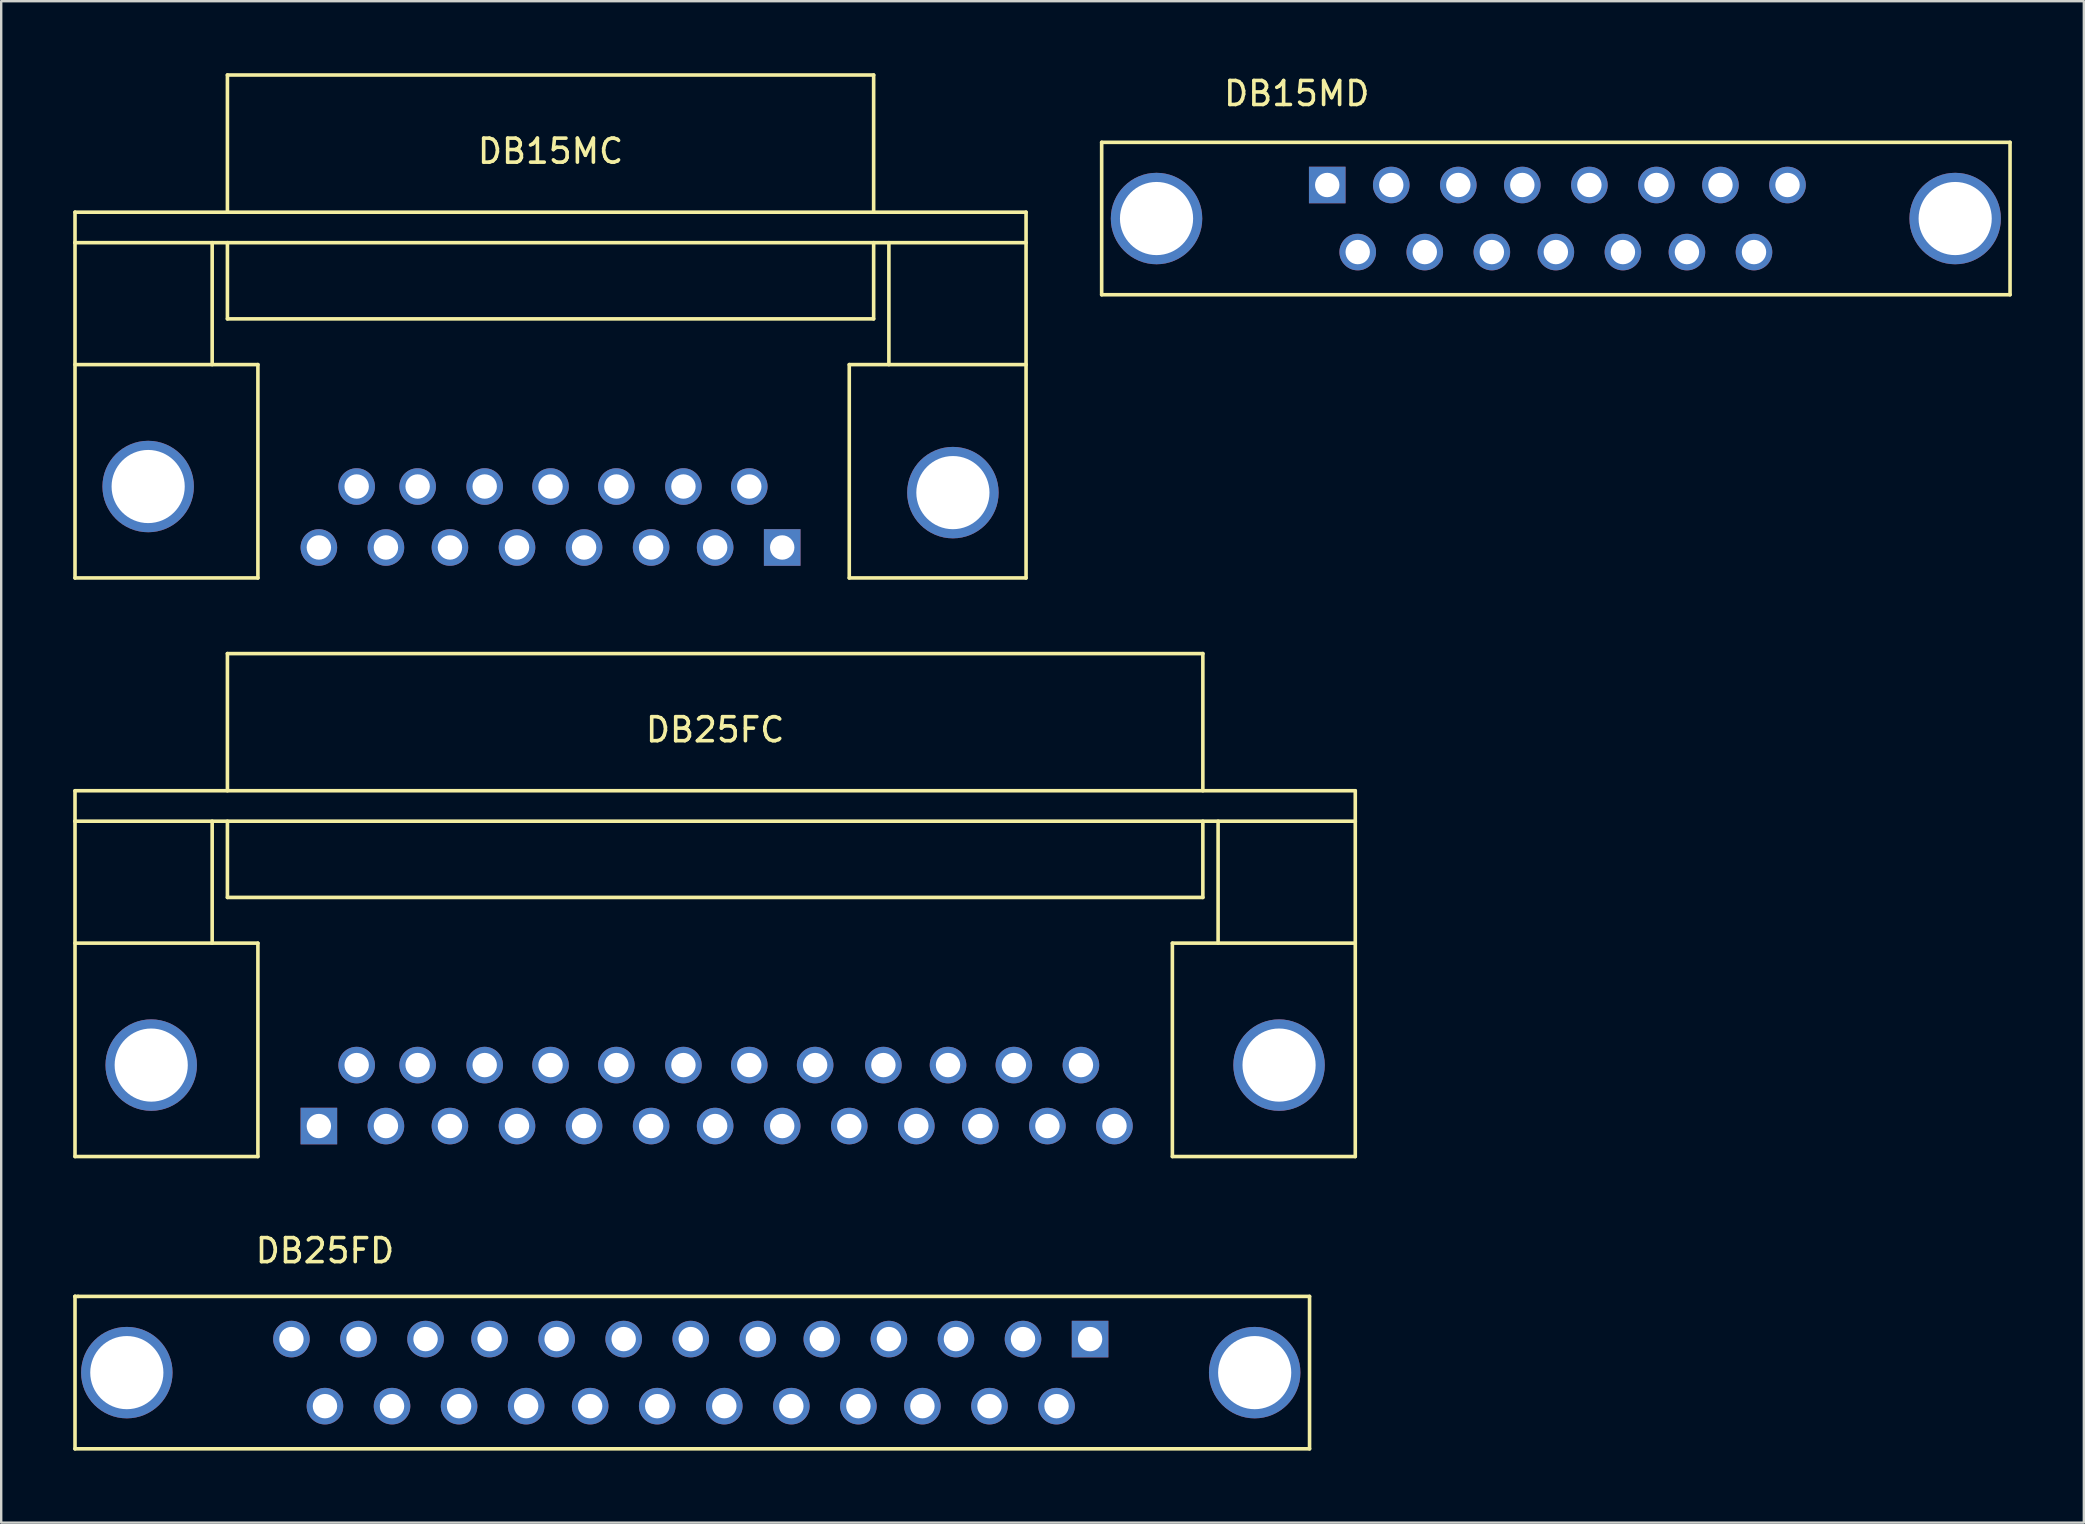
<source format=kicad_pcb>
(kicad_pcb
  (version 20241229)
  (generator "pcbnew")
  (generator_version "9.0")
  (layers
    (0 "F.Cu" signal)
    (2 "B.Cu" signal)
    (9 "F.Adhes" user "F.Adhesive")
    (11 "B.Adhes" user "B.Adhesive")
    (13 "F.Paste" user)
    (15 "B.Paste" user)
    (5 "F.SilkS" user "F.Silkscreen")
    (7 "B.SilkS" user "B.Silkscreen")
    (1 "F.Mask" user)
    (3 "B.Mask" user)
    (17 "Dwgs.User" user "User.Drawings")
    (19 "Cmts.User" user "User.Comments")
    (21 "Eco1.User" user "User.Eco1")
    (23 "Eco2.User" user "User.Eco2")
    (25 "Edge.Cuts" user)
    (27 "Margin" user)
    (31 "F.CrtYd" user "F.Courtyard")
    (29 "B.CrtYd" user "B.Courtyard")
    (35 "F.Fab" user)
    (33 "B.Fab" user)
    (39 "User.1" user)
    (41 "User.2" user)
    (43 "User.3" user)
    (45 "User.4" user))
  (footprint "DB15MD"
    (layer "F.Cu")
    (at 62.407 5.928)
    (property "Reference" "DB15MD" (at -11.43 -5.08 180) (layer "F.SilkS") (effects (font (size 1 1) (thickness 0.15))))
    (attr through_hole)
    (fp_line (start -19.558 -3.048) (end -19.558 3.302) (stroke (width 0.15) (type solid)) (layer "F.SilkS"))
    (fp_line (start -19.558 3.302) (end 18.288 3.302) (stroke (width 0.15) (type solid)) (layer "F.SilkS"))
    (fp_line (start 18.288 -3.048) (end -19.558 -3.048) (stroke (width 0.15) (type solid)) (layer "F.SilkS"))
    (fp_line (start 18.288 3.302) (end 18.288 -3.048) (stroke (width 0.15) (type solid)) (layer "F.SilkS"))
    (pad "0" thru_hole circle (at -17.272 0.127) (size 3.81 3.81) (drill 3.048) (layers "*.Cu" "*.Mask"))
    (pad "0" thru_hole circle (at 16.002 0.127) (size 3.81 3.81) (drill 3.048) (layers "*.Cu" "*.Mask"))
    (pad "1" thru_hole rect (at -10.16 -1.27) (size 1.524 1.524) (drill 1.016) (layers "*.Cu" "*.Mask"))
    (pad "2" thru_hole circle (at -7.493 -1.27) (size 1.524 1.524) (drill 1.016) (layers "*.Cu" "*.Mask"))
    (pad "3" thru_hole circle (at -4.699 -1.27) (size 1.524 1.524) (drill 1.016) (layers "*.Cu" "*.Mask"))
    (pad "4" thru_hole circle (at -2.032 -1.27) (size 1.524 1.524) (drill 1.016) (layers "*.Cu" "*.Mask"))
    (pad "5" thru_hole circle (at 0.762 -1.27) (size 1.524 1.524) (drill 1.016) (layers "*.Cu" "*.Mask"))
    (pad "6" thru_hole circle (at 3.556 -1.27) (size 1.524 1.524) (drill 1.016) (layers "*.Cu" "*.Mask"))
    (pad "7" thru_hole circle (at 6.223 -1.27) (size 1.524 1.524) (drill 1.016) (layers "*.Cu" "*.Mask"))
    (pad "8" thru_hole circle (at 9.017 -1.27) (size 1.524 1.524) (drill 1.016) (layers "*.Cu" "*.Mask"))
    (pad "9" thru_hole circle (at -8.89 1.524) (size 1.524 1.524) (drill 1.016) (layers "*.Cu" "*.Mask"))
    (pad "10" thru_hole circle (at -6.096 1.524) (size 1.524 1.524) (drill 1.016) (layers "*.Cu" "*.Mask"))
    (pad "11" thru_hole circle (at -3.302 1.524) (size 1.524 1.524) (drill 1.016) (layers "*.Cu" "*.Mask"))
    (pad "12" thru_hole circle (at -0.635 1.524) (size 1.524 1.524) (drill 1.016) (layers "*.Cu" "*.Mask"))
    (pad "13" thru_hole circle (at 2.159 1.524) (size 1.524 1.524) (drill 1.016) (layers "*.Cu" "*.Mask"))
    (pad "14" thru_hole circle (at 4.826 1.524) (size 1.524 1.524) (drill 1.016) (layers "*.Cu" "*.Mask"))
    (pad "15" thru_hole circle (at 7.62 1.524) (size 1.524 1.524) (drill 1.016) (layers "*.Cu" "*.Mask")))
  (footprint "DB25FC"
    (layer "F.Cu")
    (at 26.745 42.595)
    (property "Reference" "DB25FC" (at 0 -15.24 0) (layer "F.SilkS") (effects (font (size 1 1) (thickness 0.15))))
    (attr through_hole)
    (fp_line (start -26.67 -12.7) (end -26.67 -11.43) (stroke (width 0.15) (type solid)) (layer "F.SilkS"))
    (fp_line (start -26.67 -11.43) (end 26.67 -11.43) (stroke (width 0.15) (type solid)) (layer "F.SilkS"))
    (fp_line (start -26.67 -6.35) (end -19.05 -6.35) (stroke (width 0.15) (type solid)) (layer "F.SilkS"))
    (fp_line (start -26.67 2.54) (end -26.67 -11.43) (stroke (width 0.15) (type solid)) (layer "F.SilkS"))
    (fp_line (start -26.67 2.54) (end -19.05 2.54) (stroke (width 0.15) (type solid)) (layer "F.SilkS"))
    (fp_line (start -20.955 -11.43) (end -20.955 -6.35) (stroke (width 0.15) (type solid)) (layer "F.SilkS"))
    (fp_line (start -20.32 -18.415) (end -20.32 -12.7) (stroke (width 0.15) (type solid)) (layer "F.SilkS"))
    (fp_line (start -20.32 -18.415) (end 20.32 -18.415) (stroke (width 0.15) (type solid)) (layer "F.SilkS"))
    (fp_line (start -20.32 -8.255) (end -20.32 -11.43) (stroke (width 0.15) (type solid)) (layer "F.SilkS"))
    (fp_line (start -20.32 -8.255) (end 20.32 -8.255) (stroke (width 0.15) (type solid)) (layer "F.SilkS"))
    (fp_line (start -19.05 -6.35) (end -19.05 2.54) (stroke (width 0.15) (type solid)) (layer "F.SilkS"))
    (fp_line (start 19.05 -6.35) (end 19.05 2.54) (stroke (width 0.15) (type solid)) (layer "F.SilkS"))
    (fp_line (start 19.05 2.54) (end 26.67 2.54) (stroke (width 0.15) (type solid)) (layer "F.SilkS"))
    (fp_line (start 20.32 -18.415) (end 20.32 -12.7) (stroke (width 0.15) (type solid)) (layer "F.SilkS"))
    (fp_line (start 20.32 -8.255) (end 20.32 -11.43) (stroke (width 0.15) (type solid)) (layer "F.SilkS"))
    (fp_line (start 20.955 -11.43) (end 20.955 -6.35) (stroke (width 0.15) (type solid)) (layer "F.SilkS"))
    (fp_line (start 26.67 -12.7) (end -26.67 -12.7) (stroke (width 0.15) (type solid)) (layer "F.SilkS"))
    (fp_line (start 26.67 -11.43) (end 26.67 -12.7) (stroke (width 0.15) (type solid)) (layer "F.SilkS"))
    (fp_line (start 26.67 -11.43) (end 26.67 2.54) (stroke (width 0.15) (type solid)) (layer "F.SilkS"))
    (fp_line (start 26.67 -6.35) (end 19.05 -6.35) (stroke (width 0.15) (type solid)) (layer "F.SilkS"))
    (pad "" thru_hole circle (at -23.495 -1.27) (size 3.81 3.81) (drill 3.048) (layers "*.Cu" "*.Mask"))
    (pad "" thru_hole circle (at 23.495 -1.27) (size 3.81 3.81) (drill 3.048) (layers "*.Cu" "*.Mask"))
    (pad "1" thru_hole rect (at -16.51 1.27) (size 1.524 1.524) (drill 1.016) (layers "*.Cu" "*.Mask"))
    (pad "2" thru_hole circle (at -13.716 1.27) (size 1.524 1.524) (drill 1.016) (layers "*.Cu" "*.Mask"))
    (pad "3" thru_hole circle (at -11.049 1.27) (size 1.524 1.524) (drill 1.016) (layers "*.Cu" "*.Mask"))
    (pad "4" thru_hole circle (at -8.255 1.27) (size 1.524 1.524) (drill 1.016) (layers "*.Cu" "*.Mask"))
    (pad "5" thru_hole circle (at -5.461 1.27) (size 1.524 1.524) (drill 1.016) (layers "*.Cu" "*.Mask"))
    (pad "6" thru_hole circle (at -2.667 1.27) (size 1.524 1.524) (drill 1.016) (layers "*.Cu" "*.Mask"))
    (pad "7" thru_hole circle (at 0 1.27) (size 1.524 1.524) (drill 1.016) (layers "*.Cu" "*.Mask"))
    (pad "8" thru_hole circle (at 2.794 1.27) (size 1.524 1.524) (drill 1.016) (layers "*.Cu" "*.Mask"))
    (pad "9" thru_hole circle (at 5.588 1.27) (size 1.524 1.524) (drill 1.016) (layers "*.Cu" "*.Mask"))
    (pad "10" thru_hole circle (at 8.382 1.27) (size 1.524 1.524) (drill 1.016) (layers "*.Cu" "*.Mask"))
    (pad "11" thru_hole circle (at 11.049 1.27) (size 1.524 1.524) (drill 1.016) (layers "*.Cu" "*.Mask"))
    (pad "12" thru_hole circle (at 13.843 1.27) (size 1.524 1.524) (drill 1.016) (layers "*.Cu" "*.Mask"))
    (pad "13" thru_hole circle (at 16.637 1.27) (size 1.524 1.524) (drill 1.016) (layers "*.Cu" "*.Mask"))
    (pad "14" thru_hole circle (at -14.935 -1.27) (size 1.524 1.524) (drill 1.016) (layers "*.Cu" "*.Mask"))
    (pad "15" thru_hole circle (at -12.395 -1.27) (size 1.524 1.524) (drill 1.016) (layers "*.Cu" "*.Mask"))
    (pad "16" thru_hole circle (at -9.601 -1.27) (size 1.524 1.524) (drill 1.016) (layers "*.Cu" "*.Mask"))
    (pad "17" thru_hole circle (at -6.858 -1.27) (size 1.524 1.524) (drill 1.016) (layers "*.Cu" "*.Mask"))
    (pad "18" thru_hole circle (at -4.115 -1.27) (size 1.524 1.524) (drill 1.016) (layers "*.Cu" "*.Mask"))
    (pad "19" thru_hole circle (at -1.321 -1.27) (size 1.524 1.524) (drill 1.016) (layers "*.Cu" "*.Mask"))
    (pad "20" thru_hole circle (at 1.422 -1.27) (size 1.524 1.524) (drill 1.016) (layers "*.Cu" "*.Mask"))
    (pad "21" thru_hole circle (at 4.166 -1.27) (size 1.524 1.524) (drill 1.016) (layers "*.Cu" "*.Mask"))
    (pad "22" thru_hole circle (at 7.01 -1.27) (size 1.524 1.524) (drill 1.016) (layers "*.Cu" "*.Mask"))
    (pad "23" thru_hole circle (at 9.703 -1.27) (size 1.524 1.524) (drill 1.016) (layers "*.Cu" "*.Mask"))
    (pad "24" thru_hole circle (at 12.446 -1.27) (size 1.524 1.524) (drill 1.016) (layers "*.Cu" "*.Mask"))
    (pad "25" thru_hole circle (at 15.24 -1.27) (size 1.524 1.524) (drill 1.016) (layers "*.Cu" "*.Mask")))
  (footprint "DB15MC"
    (layer "F.Cu")
    (at 19.887 18.49)
    (property "Reference" "DB15MC" (at 0 -15.24 0) (layer "F.SilkS") (effects (font (size 1 1) (thickness 0.15))))
    (attr through_hole)
    (fp_line (start -19.812 -12.7) (end -19.812 -11.43) (stroke (width 0.15) (type solid)) (layer "F.SilkS"))
    (fp_line (start -19.812 -6.35) (end -12.192 -6.35) (stroke (width 0.15) (type solid)) (layer "F.SilkS"))
    (fp_line (start -19.812 2.54) (end -19.812 -11.43) (stroke (width 0.15) (type solid)) (layer "F.SilkS"))
    (fp_line (start -19.812 2.54) (end -12.192 2.54) (stroke (width 0.15) (type solid)) (layer "F.SilkS"))
    (fp_line (start -14.097 -11.43) (end -14.097 -6.35) (stroke (width 0.15) (type solid)) (layer "F.SilkS"))
    (fp_line (start -13.462 -18.415) (end -13.462 -12.7) (stroke (width 0.15) (type solid)) (layer "F.SilkS"))
    (fp_line (start -13.462 -18.415) (end 13.462 -18.415) (stroke (width 0.15) (type solid)) (layer "F.SilkS"))
    (fp_line (start -13.462 -8.255) (end -13.462 -11.43) (stroke (width 0.15) (type solid)) (layer "F.SilkS"))
    (fp_line (start -12.192 -6.35) (end -12.192 2.54) (stroke (width 0.15) (type solid)) (layer "F.SilkS"))
    (fp_line (start 12.446 -6.35) (end 19.812 -6.35) (stroke (width 0.15) (type solid)) (layer "F.SilkS"))
    (fp_line (start 12.446 2.54) (end 12.446 -6.35) (stroke (width 0.15) (type solid)) (layer "F.SilkS"))
    (fp_line (start 13.462 -12.7) (end 13.462 -18.415) (stroke (width 0.15) (type solid)) (layer "F.SilkS"))
    (fp_line (start 13.462 -8.255) (end -13.462 -8.255) (stroke (width 0.15) (type solid)) (layer "F.SilkS"))
    (fp_line (start 13.462 -8.255) (end 13.462 -11.43) (stroke (width 0.15) (type solid)) (layer "F.SilkS"))
    (fp_line (start 14.097 -6.35) (end 14.097 -11.43) (stroke (width 0.15) (type solid)) (layer "F.SilkS"))
    (fp_line (start 19.812 -12.7) (end -19.812 -12.7) (stroke (width 0.15) (type solid)) (layer "F.SilkS"))
    (fp_line (start 19.812 -11.43) (end -19.812 -11.43) (stroke (width 0.15) (type solid)) (layer "F.SilkS"))
    (fp_line (start 19.812 2.54) (end 12.446 2.54) (stroke (width 0.15) (type solid)) (layer "F.SilkS"))
    (fp_line (start 19.812 2.54) (end 19.812 -12.7) (stroke (width 0.15) (type solid)) (layer "F.SilkS"))
    (pad "" thru_hole circle (at -16.764 -1.27) (size 3.81 3.81) (drill 3.048) (layers "*.Cu" "*.Mask"))
    (pad "" thru_hole circle (at 16.764 -1.016) (size 3.81 3.81) (drill 3.048) (layers "*.Cu" "*.Mask"))
    (pad "1" thru_hole rect (at 9.652 1.27) (size 1.524 1.524) (drill 1.016) (layers "*.Cu" "*.Mask"))
    (pad "2" thru_hole circle (at 6.858 1.27) (size 1.524 1.524) (drill 1.016) (layers "*.Cu" "*.Mask"))
    (pad "3" thru_hole circle (at 4.191 1.27) (size 1.524 1.524) (drill 1.016) (layers "*.Cu" "*.Mask"))
    (pad "4" thru_hole circle (at 1.397 1.27) (size 1.524 1.524) (drill 1.016) (layers "*.Cu" "*.Mask"))
    (pad "5" thru_hole circle (at -1.397 1.27) (size 1.524 1.524) (drill 1.016) (layers "*.Cu" "*.Mask"))
    (pad "6" thru_hole circle (at -4.191 1.27) (size 1.524 1.524) (drill 1.016) (layers "*.Cu" "*.Mask"))
    (pad "7" thru_hole circle (at -6.858 1.27) (size 1.524 1.524) (drill 1.016) (layers "*.Cu" "*.Mask"))
    (pad "8" thru_hole circle (at -9.652 1.27) (size 1.524 1.524) (drill 1.016) (layers "*.Cu" "*.Mask"))
    (pad "9" thru_hole circle (at 8.28 -1.27) (size 1.524 1.524) (drill 1.016) (layers "*.Cu" "*.Mask"))
    (pad "10" thru_hole circle (at 5.537 -1.27) (size 1.524 1.524) (drill 1.016) (layers "*.Cu" "*.Mask"))
    (pad "11" thru_hole circle (at 2.743 -1.27) (size 1.524 1.524) (drill 1.016) (layers "*.Cu" "*.Mask"))
    (pad "12" thru_hole circle (at 0 -1.27) (size 1.524 1.524) (drill 1.016) (layers "*.Cu" "*.Mask"))
    (pad "13" thru_hole circle (at -2.743 -1.27) (size 1.524 1.524) (drill 1.016) (layers "*.Cu" "*.Mask"))
    (pad "14" thru_hole circle (at -5.537 -1.27) (size 1.524 1.524) (drill 1.016) (layers "*.Cu" "*.Mask"))
    (pad "15" thru_hole circle (at -8.077 -1.27) (size 1.524 1.524) (drill 1.016) (layers "*.Cu" "*.Mask")))
  (footprint "DB25FD"
    (layer "F.Cu")
    (at 25.729 54.138)
    (property "Reference" "DB25FD" (at -15.24 -5.08 180) (layer "F.SilkS") (effects (font (size 1 1) (thickness 0.15))))
    (attr through_hole)
    (fp_line (start -25.654 -3.175) (end -25.654 -3.175) (stroke (width 0.15) (type solid)) (layer "F.SilkS"))
    (fp_line (start -25.654 -3.175) (end -25.654 3.175) (stroke (width 0.15) (type solid)) (layer "F.SilkS"))
    (fp_line (start -25.654 3.175) (end 25.781 3.175) (stroke (width 0.15) (type solid)) (layer "F.SilkS"))
    (fp_line (start -25.527 -3.175) (end -25.654 -3.175) (stroke (width 0.15) (type solid)) (layer "F.SilkS"))
    (fp_line (start 25.781 -3.175) (end -25.527 -3.175) (stroke (width 0.15) (type solid)) (layer "F.SilkS"))
    (fp_line (start 25.781 3.175) (end 25.781 -3.175) (stroke (width 0.15) (type solid)) (layer "F.SilkS"))
    (pad "0" thru_hole circle (at -23.495 0) (size 3.81 3.81) (drill 3.048) (layers "*.Cu" "*.Mask"))
    (pad "0" thru_hole circle (at 23.495 0) (size 3.81 3.81) (drill 3.048) (layers "*.Cu" "*.Mask"))
    (pad "1" thru_hole rect (at 16.637 -1.397) (size 1.524 1.524) (drill 1.016) (layers "*.Cu" "*.Mask"))
    (pad "2" thru_hole circle (at 13.843 -1.397) (size 1.524 1.524) (drill 1.016) (layers "*.Cu" "*.Mask"))
    (pad "3" thru_hole circle (at 11.049 -1.397) (size 1.524 1.524) (drill 1.016) (layers "*.Cu" "*.Mask"))
    (pad "4" thru_hole circle (at 8.255 -1.397) (size 1.524 1.524) (drill 1.016) (layers "*.Cu" "*.Mask"))
    (pad "5" thru_hole circle (at 5.461 -1.397) (size 1.524 1.524) (drill 1.016) (layers "*.Cu" "*.Mask"))
    (pad "6" thru_hole circle (at 2.794 -1.397) (size 1.524 1.524) (drill 1.016) (layers "*.Cu" "*.Mask"))
    (pad "7" thru_hole circle (at 0 -1.397) (size 1.524 1.524) (drill 1.016) (layers "*.Cu" "*.Mask"))
    (pad "8" thru_hole circle (at -2.794 -1.397) (size 1.524 1.524) (drill 1.016) (layers "*.Cu" "*.Mask"))
    (pad "9" thru_hole circle (at -5.588 -1.397) (size 1.524 1.524) (drill 1.016) (layers "*.Cu" "*.Mask"))
    (pad "10" thru_hole circle (at -8.382 -1.397) (size 1.524 1.524) (drill 1.016) (layers "*.Cu" "*.Mask"))
    (pad "11" thru_hole circle (at -11.049 -1.397) (size 1.524 1.524) (drill 1.016) (layers "*.Cu" "*.Mask"))
    (pad "12" thru_hole circle (at -13.843 -1.397) (size 1.524 1.524) (drill 1.016) (layers "*.Cu" "*.Mask"))
    (pad "13" thru_hole circle (at -16.637 -1.397) (size 1.524 1.524) (drill 1.016) (layers "*.Cu" "*.Mask"))
    (pad "14" thru_hole circle (at 15.24 1.397) (size 1.524 1.524) (drill 1.016) (layers "*.Cu" "*.Mask"))
    (pad "15" thru_hole circle (at 12.446 1.397) (size 1.524 1.524) (drill 1.016) (layers "*.Cu" "*.Mask"))
    (pad "16" thru_hole circle (at 9.652 1.397) (size 1.524 1.524) (drill 1.016) (layers "*.Cu" "*.Mask"))
    (pad "17" thru_hole circle (at 6.985 1.397) (size 1.524 1.524) (drill 1.016) (layers "*.Cu" "*.Mask"))
    (pad "18" thru_hole circle (at 4.191 1.397) (size 1.524 1.524) (drill 1.016) (layers "*.Cu" "*.Mask"))
    (pad "19" thru_hole circle (at 1.397 1.397) (size 1.524 1.524) (drill 1.016) (layers "*.Cu" "*.Mask"))
    (pad "20" thru_hole circle (at -1.397 1.397) (size 1.524 1.524) (drill 1.016) (layers "*.Cu" "*.Mask"))
    (pad "21" thru_hole circle (at -4.191 1.397) (size 1.524 1.524) (drill 1.016) (layers "*.Cu" "*.Mask"))
    (pad "22" thru_hole circle (at -6.858 1.397) (size 1.524 1.524) (drill 1.016) (layers "*.Cu" "*.Mask"))
    (pad "23" thru_hole circle (at -9.652 1.397) (size 1.524 1.524) (drill 1.016) (layers "*.Cu" "*.Mask"))
    (pad "24" thru_hole circle (at -12.446 1.397) (size 1.524 1.524) (drill 1.016) (layers "*.Cu" "*.Mask"))
    (pad "25" thru_hole circle (at -15.24 1.397) (size 1.524 1.524) (drill 1.016) (layers "*.Cu" "*.Mask")))
  (gr_rect
    (start -3 -3)
    (end 83.77 60.388)
    (stroke (width 0.1) (type default))
    (fill no)
    (layer "Edge.Cuts")))
</source>
